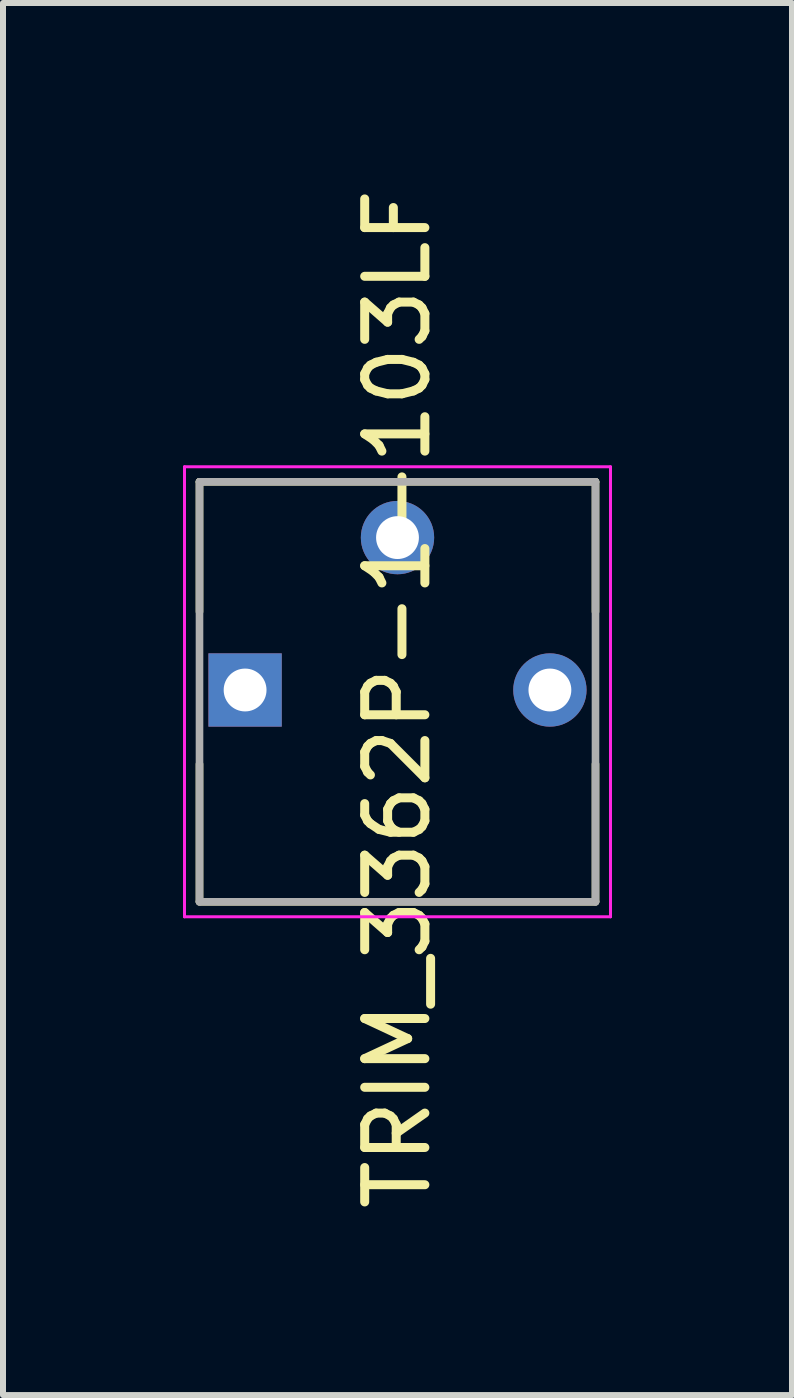
<source format=kicad_pcb>
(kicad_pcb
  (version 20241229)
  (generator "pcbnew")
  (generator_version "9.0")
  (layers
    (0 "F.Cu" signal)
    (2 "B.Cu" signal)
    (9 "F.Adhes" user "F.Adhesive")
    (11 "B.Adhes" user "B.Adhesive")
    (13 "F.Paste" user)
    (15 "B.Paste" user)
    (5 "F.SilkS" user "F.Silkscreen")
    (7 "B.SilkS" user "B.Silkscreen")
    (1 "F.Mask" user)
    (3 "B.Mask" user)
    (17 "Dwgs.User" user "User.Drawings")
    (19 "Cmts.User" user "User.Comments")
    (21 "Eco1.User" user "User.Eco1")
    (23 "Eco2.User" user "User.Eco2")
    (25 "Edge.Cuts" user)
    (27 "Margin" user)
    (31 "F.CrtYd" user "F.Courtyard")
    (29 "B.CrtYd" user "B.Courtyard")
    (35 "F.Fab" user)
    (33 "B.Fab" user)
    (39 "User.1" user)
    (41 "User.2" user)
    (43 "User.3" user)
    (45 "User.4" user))
  (footprint "TRIM_3362P-1-103LF"
    (layer "F.Cu")
    (at 3.575 8.45)
    (property "Reference" "TRIM_3362P-1-103LF" (at 0 0.15 90) (layer "F.SilkS") (effects (font (size 1.003 1.003) (thickness 0.15))))
    (attr through_hole)
    (fp_line (start -3.3 -3.47) (end 3.3 -3.47) (stroke (width 0.127) (type solid)) (layer "F.SilkS"))
    (fp_line (start -3.3 -1.305) (end -3.3 -3.47) (stroke (width 0.127) (type solid)) (layer "F.SilkS"))
    (fp_line (start -3.3 3.52) (end -3.3 1.235) (stroke (width 0.127) (type solid)) (layer "F.SilkS"))
    (fp_line (start 3.3 -3.47) (end 3.3 -1.305) (stroke (width 0.127) (type solid)) (layer "F.SilkS"))
    (fp_line (start 3.3 1.235) (end 3.3 3.52) (stroke (width 0.127) (type solid)) (layer "F.SilkS"))
    (fp_line (start 3.3 3.53) (end -3.3 3.53) (stroke (width 0.127) (type solid)) (layer "F.SilkS"))
    (fp_line (start -3.55 -3.72) (end 3.55 -3.72) (stroke (width 0.05) (type solid)) (layer "F.CrtYd"))
    (fp_line (start -3.55 3.78) (end -3.55 -3.72) (stroke (width 0.05) (type solid)) (layer "F.CrtYd"))
    (fp_line (start 3.55 -3.72) (end 3.55 3.78) (stroke (width 0.05) (type solid)) (layer "F.CrtYd"))
    (fp_line (start 3.55 3.78) (end -3.55 3.78) (stroke (width 0.05) (type solid)) (layer "F.CrtYd"))
    (fp_line (start -3.3 -3.47) (end 3.3 -3.47) (stroke (width 0.127) (type solid)) (layer "F.Fab"))
    (fp_line (start -3.3 3.53) (end -3.3 -3.47) (stroke (width 0.127) (type solid)) (layer "F.Fab"))
    (fp_line (start 3.3 -3.47) (end 3.3 3.53) (stroke (width 0.127) (type solid)) (layer "F.Fab"))
    (fp_line (start 3.3 3.53) (end -3.3 3.53) (stroke (width 0.127) (type solid)) (layer "F.Fab"))
    (pad "1" thru_hole rect (at -2.54 0) (size 1.222 1.222) (drill 0.714) (layers "*.Cu" "*.Mask"))
    (pad "2" thru_hole circle (at 0 -2.54) (size 1.222 1.222) (drill 0.714) (layers "*.Cu" "*.Mask"))
    (pad "3" thru_hole circle (at 2.54 0) (size 1.222 1.222) (drill 0.714) (layers "*.Cu" "*.Mask")))
  (gr_rect
    (start -3 -3)
    (end 10.15 20.201)
    (stroke (width 0.1) (type default))
    (fill no)
    (layer "Edge.Cuts")))
</source>
